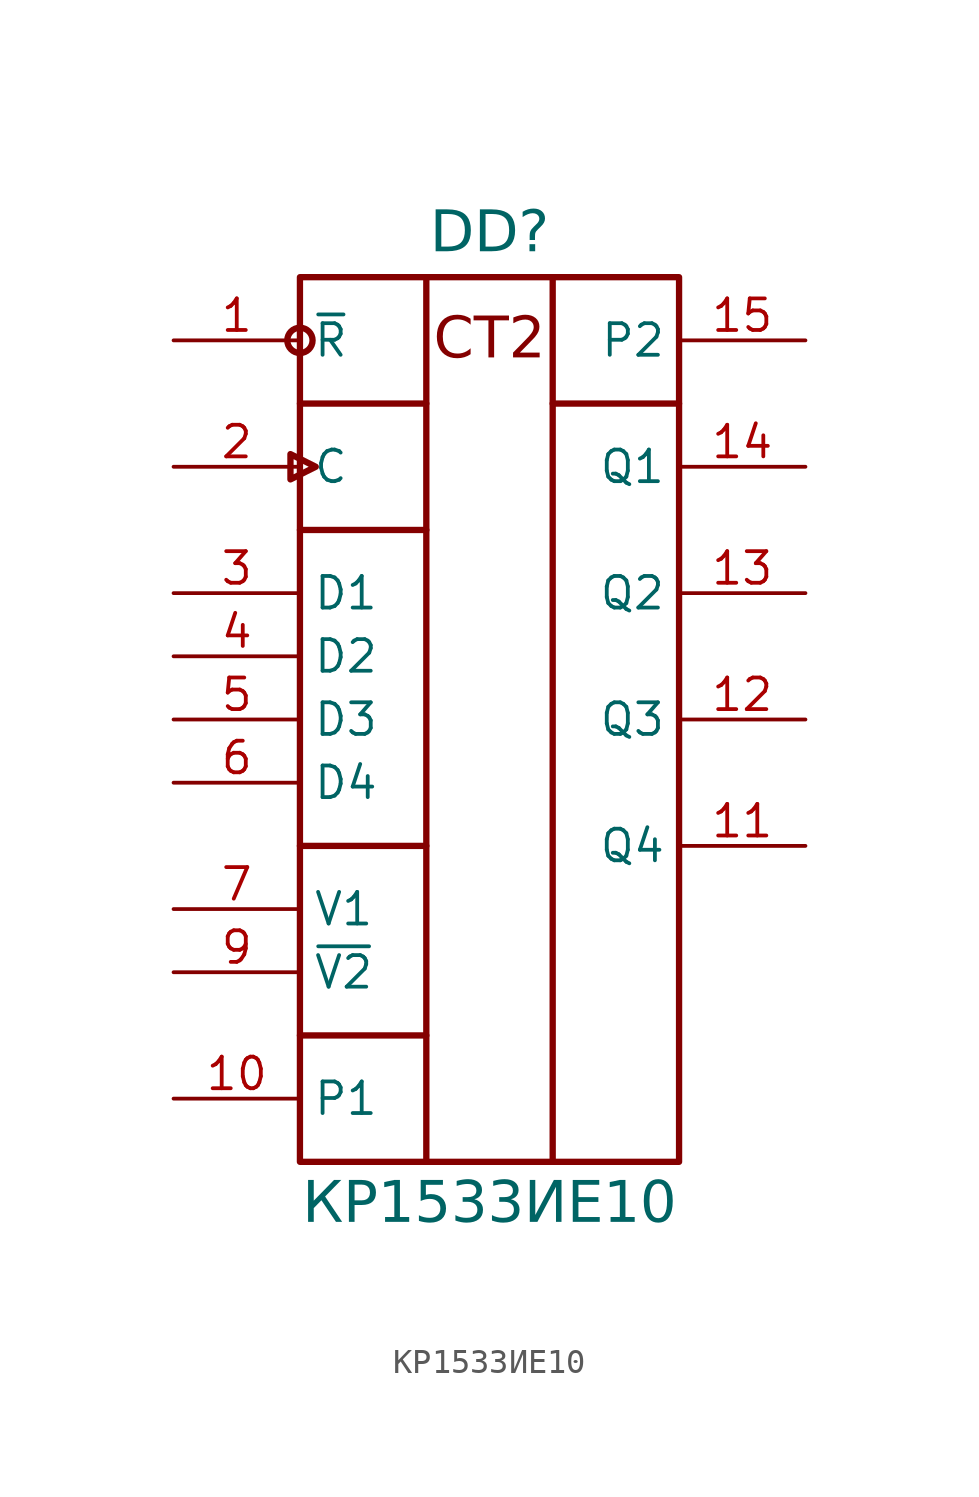
<source format=kicad_sym>
(kicad_symbol_lib
  (version 20241209)
  (generator "kicad_symbol_editor")
  (generator_version "9.0")
  (symbol "КР1533ИЕ10"
    (property "Reference" "DD"
      (at 12.7 3.302 0)
      (do_not_autoplace)
      (effects (font (face "Input Sans Condensed") (size 1.651 1.651)) (justify bottom)))
    (property "Value" "КР1533ИЕ10"
      (at 12.7 -33.782 0)
      (do_not_autoplace)
      (effects (font (face "Input Sans Condensed") (size 1.651 1.651)) (justify top)))
    (symbol "КР1533ИЕ10_0_0"
      (rectangle (start 5.08 2.54) (end 10.16 -33.02) (stroke (width 0.254) (type solid)) (fill (type none)))
      (circle (center 5.08 0) (radius 0.508) (stroke (width 0.254) (type solid)) (fill (type color) (color 255 255 255 1)))
      (polyline (pts (xy 5.08 -2.54) (xy 10.16 -2.54)) (stroke (width 0.254) (type solid)) (fill (type none)))
      (polyline (pts (xy 5.08 -7.62) (xy 10.16 -7.62)) (stroke (width 0.254) (type solid)) (fill (type none)))
      (polyline (pts (xy 5.08 -20.32) (xy 10.16 -20.32)) (stroke (width 0.254) (type solid)) (fill (type none)))
      (polyline (pts (xy 5.08 -27.94) (xy 10.16 -27.94)) (stroke (width 0.254) (type solid)) (fill (type none)))
      (polyline (pts (xy 10.16 -33.02) (xy 15.24 -33.02)) (stroke (width 0.254) (type solid)) (fill (type none)))
      (polyline (pts (xy 15.24 2.54) (xy 10.16 2.54)) (stroke (width 0.254) (type solid)) (fill (type none)))
      (rectangle (start 15.24 2.54) (end 20.32 -33.02) (stroke (width 0.254) (type solid)) (fill (type none)))
      (polyline (pts (xy 15.24 -2.54) (xy 20.32 -2.54)) (stroke (width 0.254) (type solid)) (fill (type none))))
    (symbol "КР1533ИЕ10_0_1"
      (polyline (pts (xy 4.699 -5.588) (xy 4.699 -4.572) (xy 5.715 -5.08) (xy 4.699 -5.588)) (stroke (width 0.254) (type default)) (fill (type color) (color 255 255 255 1))))
    (symbol "КР1533ИЕ10_1_0"
      (pin input line (at 0 0 0) (length 5.08) (name "~{R}" (effects (font (size 1.27 1.27)))) (number "1" (effects (font (size 1.27 1.27)))))
      (pin input line (at 0 -5.08 0) (length 5.08) (name "C" (effects (font (size 1.27 1.27)))) (number "2" (effects (font (size 1.27 1.27)))))
      (pin input line (at 0 -10.16 0) (length 5.08) (name "D1" (effects (font (size 1.27 1.27)))) (number "3" (effects (font (size 1.27 1.27)))))
      (pin input line (at 0 -12.7 0) (length 5.08) (name "D2" (effects (font (size 1.27 1.27)))) (number "4" (effects (font (size 1.27 1.27)))))
      (pin input line (at 0 -15.24 0) (length 5.08) (name "D3" (effects (font (size 1.27 1.27)))) (number "5" (effects (font (size 1.27 1.27)))))
      (pin input line (at 0 -17.78 0) (length 5.08) (name "D4" (effects (font (size 1.27 1.27)))) (number "6" (effects (font (size 1.27 1.27)))))
      (pin input line (at 0 -22.86 0) (length 5.08) (name "V1" (effects (font (size 1.27 1.27)))) (number "7" (effects (font (size 1.27 1.27)))))
      (pin input line (at 0 -25.4 0) (length 5.08) (name "~{V2}" (effects (font (size 1.27 1.27)))) (number "9" (effects (font (size 1.27 1.27)))))
      (pin input line (at 0 -30.48 0) (length 5.08) (name "P1" (effects (font (size 1.27 1.27)))) (number "10" (effects (font (size 1.27 1.27)))))
      (pin power_in line (at 22.86 -27.94 180) (length 2.54) (hide yes) (name "VCC" (effects (font (size 1.27 1.27)))) (number "16" (effects (font (size 1.27 1.27)))))
      (pin power_in line (at 22.86 -30.48 180) (length 2.54) (hide yes) (name "GND" (effects (font (size 1.27 1.27)))) (number "8" (effects (font (size 1.27 1.27)))))
      (pin output line (at 25.4 0 180) (length 5.08) (name "P2" (effects (font (size 1.27 1.27)))) (number "15" (effects (font (size 1.27 1.27)))))
      (pin output line (at 25.4 -5.08 180) (length 5.08) (name "Q1" (effects (font (size 1.27 1.27)))) (number "14" (effects (font (size 1.27 1.27)))))
      (pin output line (at 25.4 -10.16 180) (length 5.08) (name "Q2" (effects (font (size 1.27 1.27)))) (number "13" (effects (font (size 1.27 1.27)))))
      (pin output line (at 25.4 -15.24 180) (length 5.08) (name "Q3" (effects (font (size 1.27 1.27)))) (number "12" (effects (font (size 1.27 1.27)))))
      (pin output line (at 25.4 -20.32 180) (length 5.08) (name "Q4" (effects (font (size 1.27 1.27)))) (number "11" (effects (font (size 1.27 1.27))))))
    (symbol "КР1533ИЕ10_1_1"
      (text "CT2" (at 12.7 0 0) (effects (font (face "Input Sans Condensed") (size 1.651 1.651)))))))
</source>
